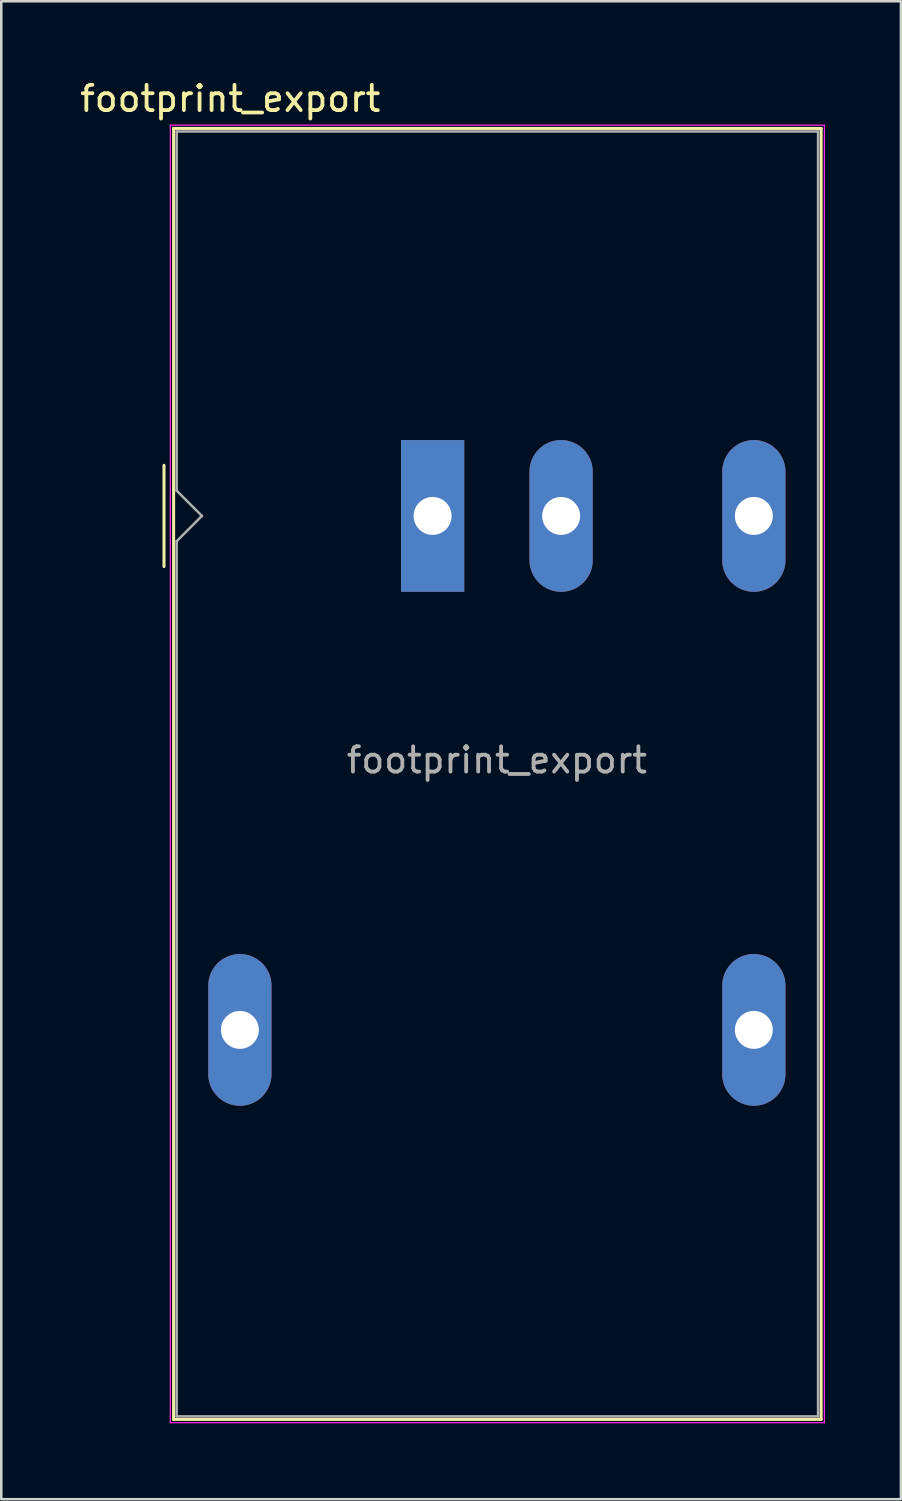
<source format=kicad_pcb>
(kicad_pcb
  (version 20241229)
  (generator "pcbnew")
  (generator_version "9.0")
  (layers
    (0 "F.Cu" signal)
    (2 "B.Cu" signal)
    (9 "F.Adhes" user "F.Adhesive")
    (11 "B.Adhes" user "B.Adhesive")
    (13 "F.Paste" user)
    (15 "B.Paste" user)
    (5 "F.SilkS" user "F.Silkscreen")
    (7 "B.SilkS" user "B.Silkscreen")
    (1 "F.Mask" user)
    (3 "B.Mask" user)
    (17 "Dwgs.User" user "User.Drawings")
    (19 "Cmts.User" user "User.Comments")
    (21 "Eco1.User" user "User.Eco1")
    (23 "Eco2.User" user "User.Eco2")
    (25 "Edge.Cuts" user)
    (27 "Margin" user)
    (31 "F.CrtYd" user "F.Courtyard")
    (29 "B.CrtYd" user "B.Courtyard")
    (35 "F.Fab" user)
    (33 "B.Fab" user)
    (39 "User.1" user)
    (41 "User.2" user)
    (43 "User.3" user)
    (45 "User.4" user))
  (footprint "footprint_export"
    (layer "F.Cu")
    (at 14.054 17.348)
    (property "Reference" "footprint_export" (at -8 -16.5 180) (layer "F.SilkS") (effects (font (size 1 1) (thickness 0.15))))
    (attr through_hole)
    (fp_line (start -10.62 -2) (end -10.62 2) (stroke (width 0.12) (type solid)) (layer "F.SilkS"))
    (fp_line (start -10.24 -15.32) (end 15.36 -15.32) (stroke (width 0.12) (type solid)) (layer "F.SilkS"))
    (fp_line (start -10.24 35.72) (end -10.24 -15.32) (stroke (width 0.12) (type solid)) (layer "F.SilkS"))
    (fp_line (start 15.36 -15.32) (end 15.36 35.72) (stroke (width 0.12) (type solid)) (layer "F.SilkS"))
    (fp_line (start 15.36 35.72) (end -10.24 35.72) (stroke (width 0.12) (type solid)) (layer "F.SilkS"))
    (fp_line (start -10.37 -15.45) (end 15.49 -15.45) (stroke (width 0.05) (type solid)) (layer "F.CrtYd"))
    (fp_line (start -10.37 35.85) (end -10.37 -15.45) (stroke (width 0.05) (type solid)) (layer "F.CrtYd"))
    (fp_line (start -10.37 35.85) (end 15.49 35.85) (stroke (width 0.05) (type solid)) (layer "F.CrtYd"))
    (fp_line (start 15.49 35.85) (end 15.49 -15.45) (stroke (width 0.05) (type solid)) (layer "F.CrtYd"))
    (fp_line (start -10.12 -1) (end -10.12 -15.2) (stroke (width 0.1) (type solid)) (layer "F.Fab"))
    (fp_line (start -10.12 1) (end -10.12 35.6) (stroke (width 0.1) (type solid)) (layer "F.Fab"))
    (fp_line (start -10.12 1) (end -9.12 0) (stroke (width 0.1) (type solid)) (layer "F.Fab"))
    (fp_line (start -10.12 35.6) (end 15.24 35.6) (stroke (width 0.1) (type solid)) (layer "F.Fab"))
    (fp_line (start -9.12 0) (end -10.12 -1) (stroke (width 0.1) (type solid)) (layer "F.Fab"))
    (fp_line (start 15.24 -15.2) (end -10.12 -15.2) (stroke (width 0.1) (type solid)) (layer "F.Fab"))
    (fp_line (start 15.24 35.6) (end 15.24 -15.2) (stroke (width 0.1) (type solid)) (layer "F.Fab"))
    (fp_text user "${REFERENCE}" (at 2.54 9.652 0) (layer "F.Fab") (effects (font (size 1 1) (thickness 0.15))))
    (pad "1" thru_hole rect (at 0 0 90) (size 6 2.5) (drill 1.5) (layers "*.Cu" "*.Mask"))
    (pad "2" thru_hole oval (at 5.08 0 90) (size 6 2.5) (drill 1.5) (layers "*.Cu" "*.Mask"))
    (pad "3" thru_hole oval (at -7.62 20.32 90) (size 6 2.5) (drill 1.5) (layers "*.Cu" "*.Mask"))
    (pad "5" thru_hole oval (at 12.7 20.32 90) (size 6 2.5) (drill 1.5) (layers "*.Cu" "*.Mask"))
    (pad "6" thru_hole oval (at 12.7 0 90) (size 6 2.5) (drill 1.5) (layers "*.Cu" "*.Mask")))
  (gr_rect
    (start -3 -3)
    (end 32.569 56.223)
    (stroke (width 0.1) (type default))
    (fill no)
    (layer "Edge.Cuts")))
</source>
